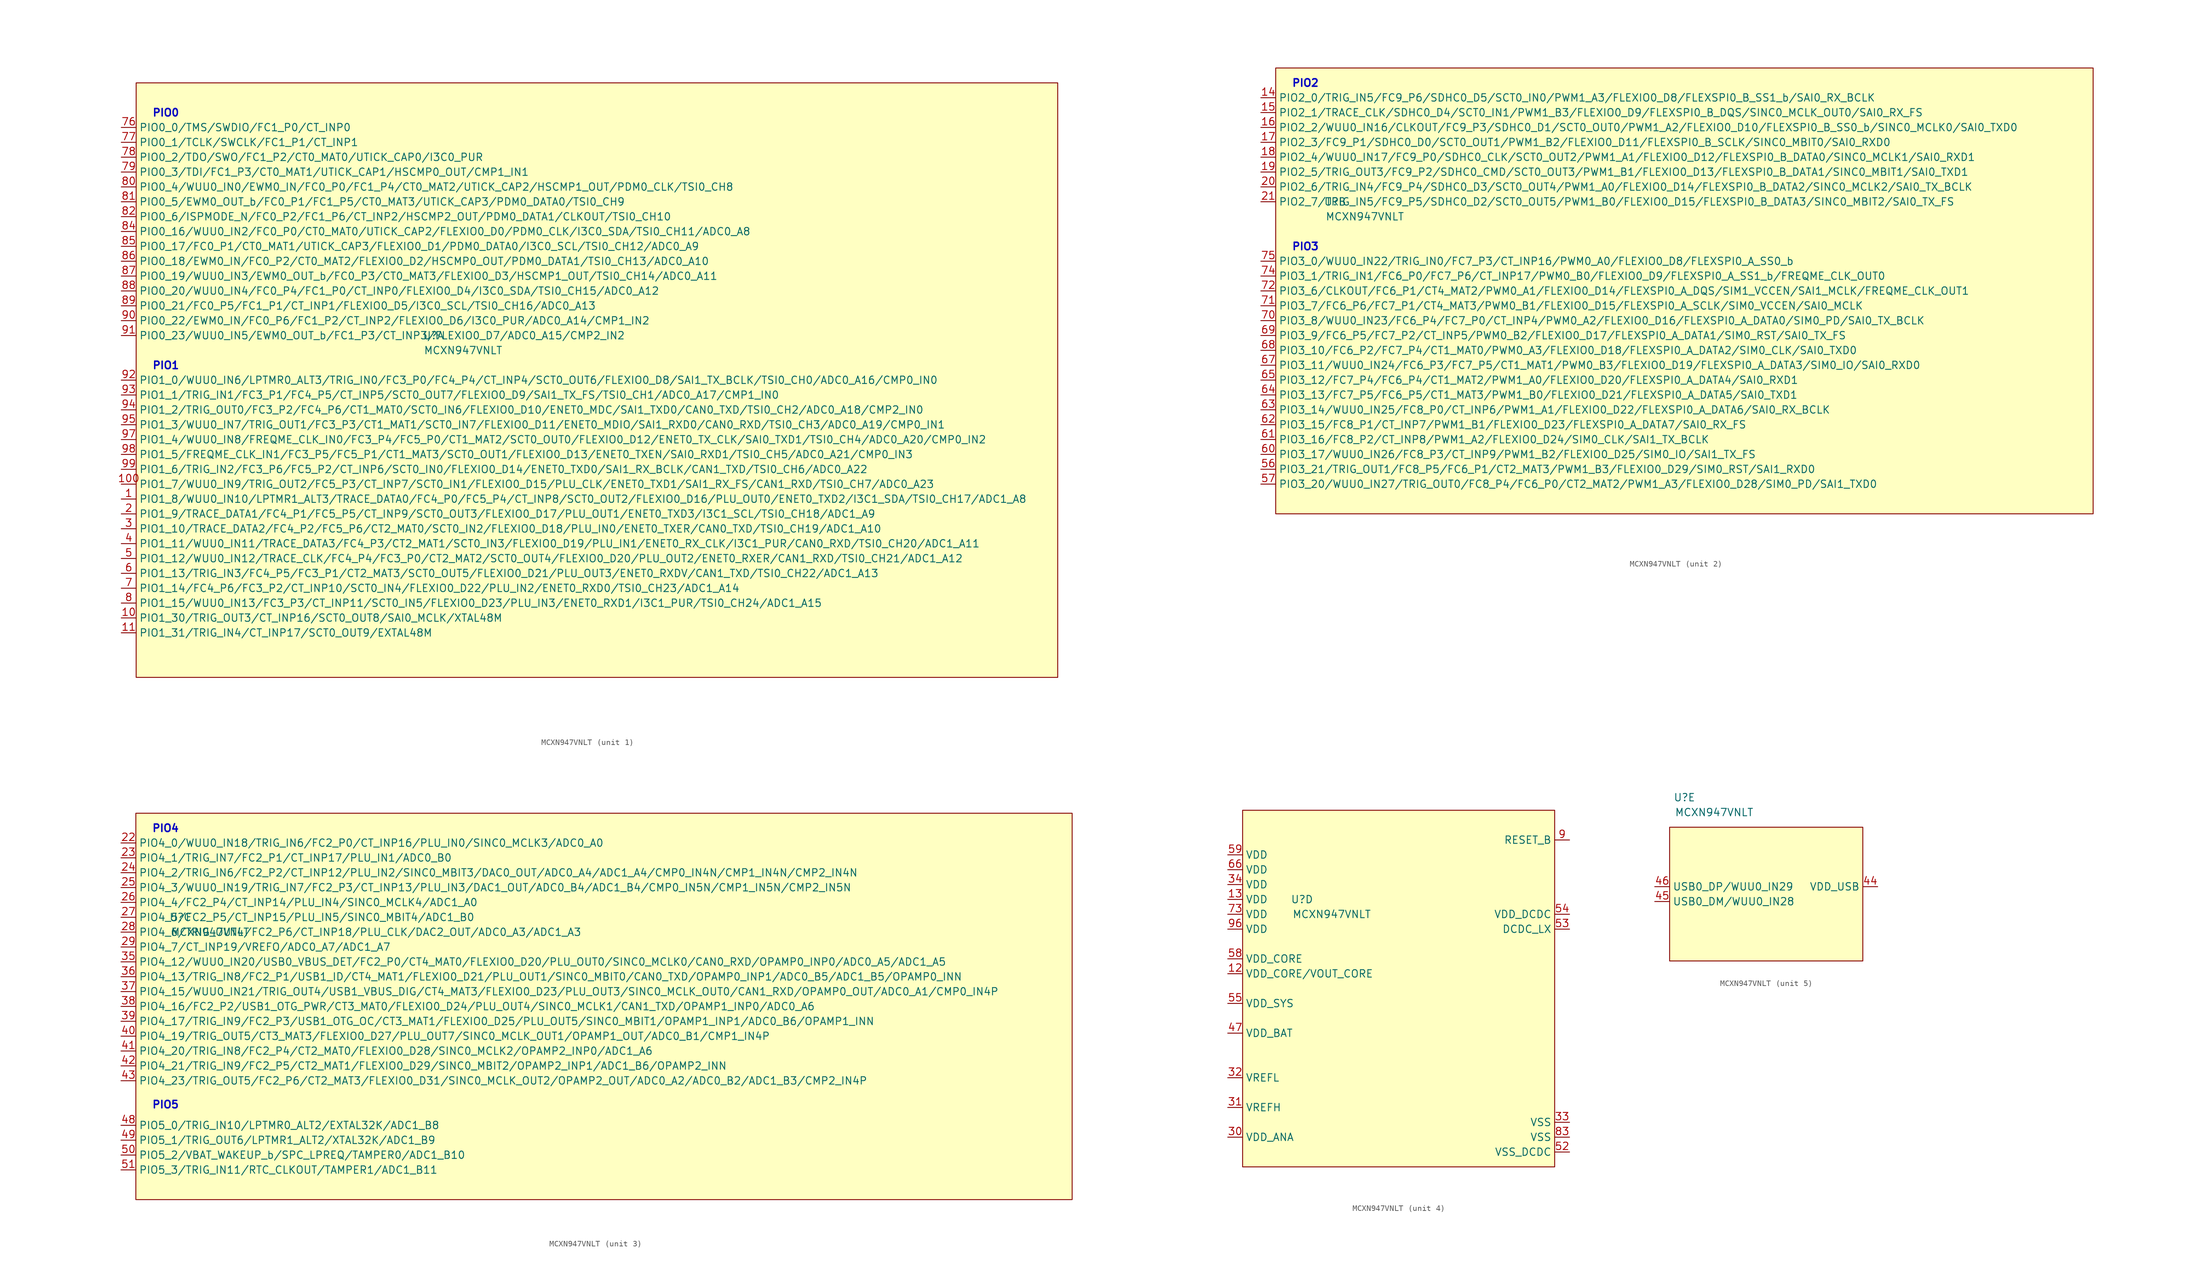
<source format=kicad_sym>
(kicad_symbol_lib
  (version 20231120)
  (generator "kicad_symbol_editor")
  (generator_version "8.0")
  (symbol "MCXN947VNLT"
    (property "Reference" "U"
      (at -12.7 15.24 0)
      (effects (font (size 1.27 1.27))))
    (property "Value" "MCXN947VNLT"
      (at -7.62 12.7 0)
      (effects (font (size 1.27 1.27))))
    (property "ki_locked" ""
      (at 0 0 0)
      (effects (font (size 1.27 1.27))))
    (symbol "MCXN947VNLT_1_1"
      (rectangle (start -63.5 58.42) (end 93.98 -43.18) (stroke (width 0) (type default)) (fill (type background)))
      (text "PIO0" (at -58.42 53.34 0) (effects (font (size 1.27 1.27) (bold yes) (color 0 0 194 1))))
      (text "PIO1\n" (at -58.42 10.16 0) (effects (font (size 1.27 1.27) (bold yes) (color 0 0 194 1))))
      (pin bidirectional line (at -66.04 -12.7 0) (length 2.54) (name "PIO1_8/WUU0_IN10/LPTMR1_ALT3/TRACE_DATA0/FC4_P0/FC5_P4/CT_INP8/SCT0_OUT2/FLEXIO0_D16/PLU_OUT0/ENET0_TXD2/I3C1_SDA/TSI0_CH17/ADC1_A8" (effects (font (size 1.27 1.27)))) (number "1" (effects (font (size 1.27 1.27)))))
      (pin bidirectional line (at -66.04 -33.02 0) (length 2.54) (name "PIO1_30/TRIG_OUT3/CT_INP16/SCT0_OUT8/SAI0_MCLK/XTAL48M" (effects (font (size 1.27 1.27)))) (number "10" (effects (font (size 1.27 1.27)))))
      (pin bidirectional line (at -66.04 -10.16 0) (length 2.54) (name "PIO1_7/WUU0_IN9/TRIG_OUT2/FC5_P3/CT_INP7/SCT0_IN1/FLEXIO0_D15/PLU_CLK/ENET0_TXD1/SAI1_RX_FS/CAN1_RXD/TSI0_CH7/ADC0_A23" (effects (font (size 1.27 1.27)))) (number "100" (effects (font (size 1.27 1.27)))))
      (pin bidirectional line (at -66.04 -35.56 0) (length 2.54) (name "PIO1_31/TRIG_IN4/CT_INP17/SCT0_OUT9/EXTAL48M" (effects (font (size 1.27 1.27)))) (number "11" (effects (font (size 1.27 1.27)))))
      (pin bidirectional line (at -66.04 -15.24 0) (length 2.54) (name "PIO1_9/TRACE_DATA1/FC4_P1/FC5_P5/CT_INP9/SCT0_OUT3/FLEXIO0_D17/PLU_OUT1/ENET0_TXD3/I3C1_SCL/TSI0_CH18/ADC1_A9" (effects (font (size 1.27 1.27)))) (number "2" (effects (font (size 1.27 1.27)))))
      (pin bidirectional line (at -66.04 -17.78 0) (length 2.54) (name "PIO1_10/TRACE_DATA2/FC4_P2/FC5_P6/CT2_MAT0/SCT0_IN2/FLEXIO0_D18/PLU_IN0/ENET0_TXER/CAN0_TXD/TSI0_CH19/ADC1_A10" (effects (font (size 1.27 1.27)))) (number "3" (effects (font (size 1.27 1.27)))))
      (pin bidirectional line (at -66.04 -20.32 0) (length 2.54) (name "PIO1_11/WUU0_IN11/TRACE_DATA3/FC4_P3/CT2_MAT1/SCT0_IN3/FLEXIO0_D19/PLU_IN1/ENET0_RX_CLK/I3C1_PUR/CAN0_RXD/TSI0_CH20/ADC1_A11" (effects (font (size 1.27 1.27)))) (number "4" (effects (font (size 1.27 1.27)))))
      (pin bidirectional line (at -66.04 -22.86 0) (length 2.54) (name "PIO1_12/WUU0_IN12/TRACE_CLK/FC4_P4/FC3_P0/CT2_MAT2/SCT0_OUT4/FLEXIO0_D20/PLU_OUT2/ENET0_RXER/CAN1_RXD/TSI0_CH21/ADC1_A12" (effects (font (size 1.27 1.27)))) (number "5" (effects (font (size 1.27 1.27)))))
      (pin bidirectional line (at -66.04 -25.4 0) (length 2.54) (name "PIO1_13/TRIG_IN3/FC4_P5/FC3_P1/CT2_MAT3/SCT0_OUT5/FLEXIO0_D21/PLU_OUT3/ENET0_RXDV/CAN1_TXD/TSI0_CH22/ADC1_A13" (effects (font (size 1.27 1.27)))) (number "6" (effects (font (size 1.27 1.27)))))
      (pin bidirectional line (at -66.04 -27.94 0) (length 2.54) (name "PIO1_14/FC4_P6/FC3_P2/CT_INP10/SCT0_IN4/FLEXIO0_D22/PLU_IN2/ENET0_RXD0/TSI0_CH23/ADC1_A14" (effects (font (size 1.27 1.27)))) (number "7" (effects (font (size 1.27 1.27)))))
      (pin bidirectional line (at -66.04 50.8 0) (length 2.54) (name "PIO0_0/TMS/SWDIO/FC1_P0/CT_INP0" (effects (font (size 1.27 1.27)))) (number "76" (effects (font (size 1.27 1.27)))))
      (pin bidirectional line (at -66.04 48.26 0) (length 2.54) (name "PIO0_1/TCLK/SWCLK/FC1_P1/CT_INP1" (effects (font (size 1.27 1.27)))) (number "77" (effects (font (size 1.27 1.27)))))
      (pin bidirectional line (at -66.04 45.72 0) (length 2.54) (name "PIO0_2/TDO/SWO/FC1_P2/CT0_MAT0/UTICK_CAP0/I3C0_PUR" (effects (font (size 1.27 1.27)))) (number "78" (effects (font (size 1.27 1.27)))))
      (pin bidirectional line (at -66.04 43.18 0) (length 2.54) (name "PIO0_3/TDI/FC1_P3/CT0_MAT1/UTICK_CAP1/HSCMP0_OUT/CMP1_IN1" (effects (font (size 1.27 1.27)))) (number "79" (effects (font (size 1.27 1.27)))))
      (pin bidirectional line (at -66.04 -30.48 0) (length 2.54) (name "PIO1_15/WUU0_IN13/FC3_P3/CT_INP11/SCT0_IN5/FLEXIO0_D23/PLU_IN3/ENET0_RXD1/I3C1_PUR/TSI0_CH24/ADC1_A15" (effects (font (size 1.27 1.27)))) (number "8" (effects (font (size 1.27 1.27)))))
      (pin bidirectional line (at -66.04 40.64 0) (length 2.54) (name "PIO0_4/WUU0_IN0/EWM0_IN/FC0_P0/FC1_P4/CT0_MAT2/UTICK_CAP2/HSCMP1_OUT/PDM0_CLK/TSI0_CH8" (effects (font (size 1.27 1.27)))) (number "80" (effects (font (size 1.27 1.27)))))
      (pin bidirectional line (at -66.04 38.1 0) (length 2.54) (name "PIO0_5/EWM0_OUT_b/FC0_P1/FC1_P5/CT0_MAT3/UTICK_CAP3/PDM0_DATA0/TSI0_CH9" (effects (font (size 1.27 1.27)))) (number "81" (effects (font (size 1.27 1.27)))))
      (pin bidirectional line (at -66.04 35.56 0) (length 2.54) (name "PIO0_6/ISPMODE_N/FC0_P2/FC1_P6/CT_INP2/HSCMP2_OUT/PDM0_DATA1/CLKOUT/TSI0_CH10" (effects (font (size 1.27 1.27)))) (number "82" (effects (font (size 1.27 1.27)))))
      (pin bidirectional line (at -66.04 33.02 0) (length 2.54) (name "PIO0_16/WUU0_IN2/FC0_P0/CT0_MAT0/UTICK_CAP2/FLEXIO0_D0/PDM0_CLK/I3C0_SDA/TSI0_CH11/ADC0_A8" (effects (font (size 1.27 1.27)))) (number "84" (effects (font (size 1.27 1.27)))))
      (pin bidirectional line (at -66.04 30.48 0) (length 2.54) (name "PIO0_17/FC0_P1/CT0_MAT1/UTICK_CAP3/FLEXIO0_D1/PDM0_DATA0/I3C0_SCL/TSI0_CH12/ADC0_A9" (effects (font (size 1.27 1.27)))) (number "85" (effects (font (size 1.27 1.27)))))
      (pin bidirectional line (at -66.04 27.94 0) (length 2.54) (name "PIO0_18/EWM0_IN/FC0_P2/CT0_MAT2/FLEXIO0_D2/HSCMP0_OUT/PDM0_DATA1/TSI0_CH13/ADC0_A10" (effects (font (size 1.27 1.27)))) (number "86" (effects (font (size 1.27 1.27)))))
      (pin bidirectional line (at -66.04 25.4 0) (length 2.54) (name "PIO0_19/WUU0_IN3/EWM0_OUT_b/FC0_P3/CT0_MAT3/FLEXIO0_D3/HSCMP1_OUT/TSI0_CH14/ADC0_A11" (effects (font (size 1.27 1.27)))) (number "87" (effects (font (size 1.27 1.27)))))
      (pin bidirectional line (at -66.04 22.86 0) (length 2.54) (name "PIO0_20/WUU0_IN4/FC0_P4/FC1_P0/CT_INP0/FLEXIO0_D4/I3C0_SDA/TSI0_CH15/ADC0_A12" (effects (font (size 1.27 1.27)))) (number "88" (effects (font (size 1.27 1.27)))))
      (pin bidirectional line (at -66.04 20.32 0) (length 2.54) (name "PIO0_21/FC0_P5/FC1_P1/CT_INP1/FLEXIO0_D5/I3C0_SCL/TSI0_CH16/ADC0_A13" (effects (font (size 1.27 1.27)))) (number "89" (effects (font (size 1.27 1.27)))))
      (pin bidirectional line (at -66.04 17.78 0) (length 2.54) (name "PIO0_22/EWM0_IN/FC0_P6/FC1_P2/CT_INP2/FLEXIO0_D6/I3C0_PUR/ADC0_A14/CMP1_IN2" (effects (font (size 1.27 1.27)))) (number "90" (effects (font (size 1.27 1.27)))))
      (pin bidirectional line (at -66.04 15.24 0) (length 2.54) (name "PIO0_23/WUU0_IN5/EWM0_OUT_b/FC1_P3/CT_INP3/FLEXIO0_D7/ADC0_A15/CMP2_IN2" (effects (font (size 1.27 1.27)))) (number "91" (effects (font (size 1.27 1.27)))))
      (pin bidirectional line (at -66.04 7.62 0) (length 2.54) (name "PIO1_0/WUU0_IN6/LPTMR0_ALT3/TRIG_IN0/FC3_P0/FC4_P4/CT_INP4/SCT0_OUT6/FLEXIO0_D8/SAI1_TX_BCLK/TSI0_CH0/ADC0_A16/CMP0_IN0" (effects (font (size 1.27 1.27)))) (number "92" (effects (font (size 1.27 1.27)))))
      (pin bidirectional line (at -66.04 5.08 0) (length 2.54) (name "PIO1_1/TRIG_IN1/FC3_P1/FC4_P5/CT_INP5/SCT0_OUT7/FLEXIO0_D9/SAI1_TX_FS/TSI0_CH1/ADC0_A17/CMP1_IN0" (effects (font (size 1.27 1.27)))) (number "93" (effects (font (size 1.27 1.27)))))
      (pin bidirectional line (at -66.04 2.54 0) (length 2.54) (name "PIO1_2/TRIG_OUT0/FC3_P2/FC4_P6/CT1_MAT0/SCT0_IN6/FLEXIO0_D10/ENET0_MDC/SAI1_TXD0/CAN0_TXD/TSI0_CH2/ADC0_A18/CMP2_IN0" (effects (font (size 1.27 1.27)))) (number "94" (effects (font (size 1.27 1.27)))))
      (pin bidirectional line (at -66.04 0 0) (length 2.54) (name "PIO1_3/WUU0_IN7/TRIG_OUT1/FC3_P3/CT1_MAT1/SCT0_IN7/FLEXIO0_D11/ENET0_MDIO/SAI1_RXD0/CAN0_RXD/TSI0_CH3/ADC0_A19/CMP0_IN1" (effects (font (size 1.27 1.27)))) (number "95" (effects (font (size 1.27 1.27)))))
      (pin bidirectional line (at -66.04 -2.54 0) (length 2.54) (name "PIO1_4/WUU0_IN8/FREQME_CLK_IN0/FC3_P4/FC5_P0/CT1_MAT2/SCT0_OUT0/FLEXIO0_D12/ENET0_TX_CLK/SAI0_TXD1/TSI0_CH4/ADC0_A20/CMP0_IN2" (effects (font (size 1.27 1.27)))) (number "97" (effects (font (size 1.27 1.27)))))
      (pin bidirectional line (at -66.04 -5.08 0) (length 2.54) (name "PIO1_5/FREQME_CLK_IN1/FC3_P5/FC5_P1/CT1_MAT3/SCT0_OUT1/FLEXIO0_D13/ENET0_TXEN/SAI0_RXD1/TSI0_CH5/ADC0_A21/CMP0_IN3" (effects (font (size 1.27 1.27)))) (number "98" (effects (font (size 1.27 1.27)))))
      (pin bidirectional line (at -66.04 -7.62 0) (length 2.54) (name "PIO1_6/TRIG_IN2/FC3_P6/FC5_P2/CT_INP6/SCT0_IN0/FLEXIO0_D14/ENET0_TXD0/SAI1_RX_BCLK/CAN1_TXD/TSI0_CH6/ADC0_A22" (effects (font (size 1.27 1.27)))) (number "99" (effects (font (size 1.27 1.27))))))
    (symbol "MCXN947VNLT_2_1"
      (rectangle (start -22.86 38.1) (end 116.84 -38.1) (stroke (width 0) (type default)) (fill (type background)))
      (text "PIO2" (at -17.78 35.56 0) (effects (font (size 1.27 1.27) (bold yes) (color 0 0 194 1))))
      (text "PIO3" (at -17.78 7.62 0) (effects (font (size 1.27 1.27) (bold yes) (color 0 0 194 1))))
      (pin bidirectional line (at -25.4 33.02 0) (length 2.54) (name "PIO2_0/TRIG_IN5/FC9_P6/SDHC0_D5/SCT0_IN0/PWM1_A3/FLEXIO0_D8/FLEXSPI0_B_SS1_b/SAI0_RX_BCLK" (effects (font (size 1.27 1.27)))) (number "14" (effects (font (size 1.27 1.27)))))
      (pin bidirectional line (at -25.4 30.48 0) (length 2.54) (name "PIO2_1/TRACE_CLK/SDHC0_D4/SCT0_IN1/PWM1_B3/FLEXIO0_D9/FLEXSPI0_B_DQS/SINC0_MCLK_OUT0/SAI0_RX_FS" (effects (font (size 1.27 1.27)))) (number "15" (effects (font (size 1.27 1.27)))))
      (pin bidirectional line (at -25.4 27.94 0) (length 2.54) (name "PIO2_2/WUU0_IN16/CLKOUT/FC9_P3/SDHC0_D1/SCT0_OUT0/PWM1_A2/FLEXIO0_D10/FLEXSPI0_B_SS0_b/SINC0_MCLK0/SAI0_TXD0" (effects (font (size 1.27 1.27)))) (number "16" (effects (font (size 1.27 1.27)))))
      (pin bidirectional line (at -25.4 25.4 0) (length 2.54) (name "PIO2_3/FC9_P1/SDHC0_D0/SCT0_OUT1/PWM1_B2/FLEXIO0_D11/FLEXSPI0_B_SCLK/SINC0_MBIT0/SAI0_RXD0" (effects (font (size 1.27 1.27)))) (number "17" (effects (font (size 1.27 1.27)))))
      (pin bidirectional line (at -25.4 22.86 0) (length 2.54) (name "PIO2_4/WUU0_IN17/FC9_P0/SDHC0_CLK/SCT0_OUT2/PWM1_A1/FLEXIO0_D12/FLEXSPI0_B_DATA0/SINC0_MCLK1/SAI0_RXD1" (effects (font (size 1.27 1.27)))) (number "18" (effects (font (size 1.27 1.27)))))
      (pin bidirectional line (at -25.4 20.32 0) (length 2.54) (name "PIO2_5/TRIG_OUT3/FC9_P2/SDHC0_CMD/SCT0_OUT3/PWM1_B1/FLEXIO0_D13/FLEXSPI0_B_DATA1/SINC0_MBIT1/SAI0_TXD1" (effects (font (size 1.27 1.27)))) (number "19" (effects (font (size 1.27 1.27)))))
      (pin bidirectional line (at -25.4 17.78 0) (length 2.54) (name "PIO2_6/TRIG_IN4/FC9_P4/SDHC0_D3/SCT0_OUT4/PWM1_A0/FLEXIO0_D14/FLEXSPI0_B_DATA2/SINC0_MCLK2/SAI0_TX_BCLK" (effects (font (size 1.27 1.27)))) (number "20" (effects (font (size 1.27 1.27)))))
      (pin bidirectional line (at -25.4 15.24 0) (length 2.54) (name "PIO2_7/TRIG_IN5/FC9_P5/SDHC0_D2/SCT0_OUT5/PWM1_B0/FLEXIO0_D15/FLEXSPI0_B_DATA3/SINC0_MBIT2/SAI0_TX_FS" (effects (font (size 1.27 1.27)))) (number "21" (effects (font (size 1.27 1.27)))))
      (pin bidirectional line (at -25.4 -30.48 0) (length 2.54) (name "PIO3_21/TRIG_OUT1/FC8_P5/FC6_P1/CT2_MAT3/PWM1_B3/FLEXIO0_D29/SIM0_RST/SAI1_RXD0" (effects (font (size 1.27 1.27)))) (number "56" (effects (font (size 1.27 1.27)))))
      (pin bidirectional line (at -25.4 -33.02 0) (length 2.54) (name "PIO3_20/WUU0_IN27/TRIG_OUT0/FC8_P4/FC6_P0/CT2_MAT2/PWM1_A3/FLEXIO0_D28/SIM0_PD/SAI1_TXD0" (effects (font (size 1.27 1.27)))) (number "57" (effects (font (size 1.27 1.27)))))
      (pin bidirectional line (at -25.4 -27.94 0) (length 2.54) (name "PIO3_17/WUU0_IN26/FC8_P3/CT_INP9/PWM1_B2/FLEXIO0_D25/SIM0_IO/SAI1_TX_FS" (effects (font (size 1.27 1.27)))) (number "60" (effects (font (size 1.27 1.27)))))
      (pin bidirectional line (at -25.4 -25.4 0) (length 2.54) (name "PIO3_16/FC8_P2/CT_INP8/PWM1_A2/FLEXIO0_D24/SIM0_CLK/SAI1_TX_BCLK" (effects (font (size 1.27 1.27)))) (number "61" (effects (font (size 1.27 1.27)))))
      (pin bidirectional line (at -25.4 -22.86 0) (length 2.54) (name "PIO3_15/FC8_P1/CT_INP7/PWM1_B1/FLEXIO0_D23/FLEXSPI0_A_DATA7/SAI0_RX_FS" (effects (font (size 1.27 1.27)))) (number "62" (effects (font (size 1.27 1.27)))))
      (pin bidirectional line (at -25.4 -20.32 0) (length 2.54) (name "PIO3_14/WUU0_IN25/FC8_P0/CT_INP6/PWM1_A1/FLEXIO0_D22/FLEXSPI0_A_DATA6/SAI0_RX_BCLK" (effects (font (size 1.27 1.27)))) (number "63" (effects (font (size 1.27 1.27)))))
      (pin bidirectional line (at -25.4 -17.78 0) (length 2.54) (name "PIO3_13/FC7_P5/FC6_P5/CT1_MAT3/PWM1_B0/FLEXIO0_D21/FLEXSPI0_A_DATA5/SAI0_TXD1" (effects (font (size 1.27 1.27)))) (number "64" (effects (font (size 1.27 1.27)))))
      (pin bidirectional line (at -25.4 -15.24 0) (length 2.54) (name "PIO3_12/FC7_P4/FC6_P4/CT1_MAT2/PWM1_A0/FLEXIO0_D20/FLEXSPI0_A_DATA4/SAI0_RXD1" (effects (font (size 1.27 1.27)))) (number "65" (effects (font (size 1.27 1.27)))))
      (pin bidirectional line (at -25.4 -12.7 0) (length 2.54) (name "PIO3_11/WUU0_IN24/FC6_P3/FC7_P5/CT1_MAT1/PWM0_B3/FLEXIO0_D19/FLEXSPI0_A_DATA3/SIM0_IO/SAI0_RXD0" (effects (font (size 1.27 1.27)))) (number "67" (effects (font (size 1.27 1.27)))))
      (pin bidirectional line (at -25.4 -10.16 0) (length 2.54) (name "PIO3_10/FC6_P2/FC7_P4/CT1_MAT0/PWM0_A3/FLEXIO0_D18/FLEXSPI0_A_DATA2/SIM0_CLK/SAI0_TXD0" (effects (font (size 1.27 1.27)))) (number "68" (effects (font (size 1.27 1.27)))))
      (pin bidirectional line (at -25.4 -7.62 0) (length 2.54) (name "PIO3_9/FC6_P5/FC7_P2/CT_INP5/PWM0_B2/FLEXIO0_D17/FLEXSPI0_A_DATA1/SIM0_RST/SAI0_TX_FS" (effects (font (size 1.27 1.27)))) (number "69" (effects (font (size 1.27 1.27)))))
      (pin bidirectional line (at -25.4 -5.08 0) (length 2.54) (name "PIO3_8/WUU0_IN23/FC6_P4/FC7_P0/CT_INP4/PWM0_A2/FLEXIO0_D16/FLEXSPI0_A_DATA0/SIM0_PD/SAI0_TX_BCLK" (effects (font (size 1.27 1.27)))) (number "70" (effects (font (size 1.27 1.27)))))
      (pin bidirectional line (at -25.4 -2.54 0) (length 2.54) (name "PIO3_7/FC6_P6/FC7_P1/CT4_MAT3/PWM0_B1/FLEXIO0_D15/FLEXSPI0_A_SCLK/SIM0_VCCEN/SAI0_MCLK" (effects (font (size 1.27 1.27)))) (number "71" (effects (font (size 1.27 1.27)))))
      (pin bidirectional line (at -25.4 0 0) (length 2.54) (name "PIO3_6/CLKOUT/FC6_P1/CT4_MAT2/PWM0_A1/FLEXIO0_D14/FLEXSPI0_A_DQS/SIM1_VCCEN/SAI1_MCLK/FREQME_CLK_OUT1" (effects (font (size 1.27 1.27)))) (number "72" (effects (font (size 1.27 1.27)))))
      (pin bidirectional line (at -25.4 2.54 0) (length 2.54) (name "PIO3_1/TRIG_IN1/FC6_P0/FC7_P6/CT_INP17/PWM0_B0/FLEXIO0_D9/FLEXSPI0_A_SS1_b/FREQME_CLK_OUT0" (effects (font (size 1.27 1.27)))) (number "74" (effects (font (size 1.27 1.27)))))
      (pin bidirectional line (at -25.4 5.08 0) (length 2.54) (name "PIO3_0/WUU0_IN22/TRIG_IN0/FC7_P3/CT_INP16/PWM0_A0/FLEXIO0_D8/FLEXSPI0_A_SS0_b" (effects (font (size 1.27 1.27)))) (number "75" (effects (font (size 1.27 1.27))))))
    (symbol "MCXN947VNLT_3_1"
      (rectangle (start -20.32 33.02) (end 139.7 -33.02) (stroke (width 0) (type default)) (fill (type background)))
      (text "PIO4\n" (at -15.24 30.48 0) (effects (font (size 1.27 1.27) (bold yes) (color 0 0 194 1))))
      (text "PIO5\n\n" (at -15.24 -17.78 0) (effects (font (size 1.27 1.27) (bold yes) (color 0 0 194 1))))
      (pin bidirectional line (at -22.86 27.94 0) (length 2.54) (name "PIO4_0/WUU0_IN18/TRIG_IN6/FC2_P0/CT_INP16/PLU_IN0/SINC0_MCLK3/ADC0_A0" (effects (font (size 1.27 1.27)))) (number "22" (effects (font (size 1.27 1.27)))))
      (pin bidirectional line (at -22.86 25.4 0) (length 2.54) (name "PIO4_1/TRIG_IN7/FC2_P1/CT_INP17/PLU_IN1/ADC0_B0" (effects (font (size 1.27 1.27)))) (number "23" (effects (font (size 1.27 1.27)))))
      (pin bidirectional line (at -22.86 22.86 0) (length 2.54) (name "PIO4_2/TRIG_IN6/FC2_P2/CT_INP12/PLU_IN2/SINC0_MBIT3/DAC0_OUT/ADC0_A4/ADC1_A4/CMP0_IN4N/CMP1_IN4N/CMP2_IN4N" (effects (font (size 1.27 1.27)))) (number "24" (effects (font (size 1.27 1.27)))))
      (pin bidirectional line (at -22.86 20.32 0) (length 2.54) (name "PIO4_3/WUU0_IN19/TRIG_IN7/FC2_P3/CT_INP13/PLU_IN3/DAC1_OUT/ADC0_B4/ADC1_B4/CMP0_IN5N/CMP1_IN5N/CMP2_IN5N" (effects (font (size 1.27 1.27)))) (number "25" (effects (font (size 1.27 1.27)))))
      (pin bidirectional line (at -22.86 17.78 0) (length 2.54) (name "PIO4_4/FC2_P4/CT_INP14/PLU_IN4/SINC0_MCLK4/ADC1_A0" (effects (font (size 1.27 1.27)))) (number "26" (effects (font (size 1.27 1.27)))))
      (pin bidirectional line (at -22.86 15.24 0) (length 2.54) (name "PIO4_5/FC2_P5/CT_INP15/PLU_IN5/SINC0_MBIT4/ADC1_B0" (effects (font (size 1.27 1.27)))) (number "27" (effects (font (size 1.27 1.27)))))
      (pin bidirectional line (at -22.86 12.7 0) (length 2.54) (name "PIO4_6/TRIG_OUT4/FC2_P6/CT_INP18/PLU_CLK/DAC2_OUT/ADC0_A3/ADC1_A3" (effects (font (size 1.27 1.27)))) (number "28" (effects (font (size 1.27 1.27)))))
      (pin bidirectional line (at -22.86 10.16 0) (length 2.54) (name "PIO4_7/CT_INP19/VREFO/ADC0_A7/ADC1_A7" (effects (font (size 1.27 1.27)))) (number "29" (effects (font (size 1.27 1.27)))))
      (pin bidirectional line (at -22.86 7.62 0) (length 2.54) (name "PIO4_12/WUU0_IN20/USB0_VBUS_DET/FC2_P0/CT4_MAT0/FLEXIO0_D20/PLU_OUT0/SINC0_MCLK0/CAN0_RXD/OPAMP0_INP0/ADC0_A5/ADC1_A5" (effects (font (size 1.27 1.27)))) (number "35" (effects (font (size 1.27 1.27)))))
      (pin bidirectional line (at -22.86 5.08 0) (length 2.54) (name "PIO4_13/TRIG_IN8/FC2_P1/USB1_ID/CT4_MAT1/FLEXIO0_D21/PLU_OUT1/SINC0_MBIT0/CAN0_TXD/OPAMP0_INP1/ADC0_B5/ADC1_B5/OPAMP0_INN" (effects (font (size 1.27 1.27)))) (number "36" (effects (font (size 1.27 1.27)))))
      (pin bidirectional line (at -22.86 2.54 0) (length 2.54) (name "PIO4_15/WUU0_IN21/TRIG_OUT4/USB1_VBUS_DIG/CT4_MAT3/FLEXIO0_D23/PLU_OUT3/SINC0_MCLK_OUT0/CAN1_RXD/OPAMP0_OUT/ADC0_A1/CMP0_IN4P" (effects (font (size 1.27 1.27)))) (number "37" (effects (font (size 1.27 1.27)))))
      (pin bidirectional line (at -22.86 0 0) (length 2.54) (name "PIO4_16/FC2_P2/USB1_OTG_PWR/CT3_MAT0/FLEXIO0_D24/PLU_OUT4/SINC0_MCLK1/CAN1_TXD/OPAMP1_INP0/ADC0_A6" (effects (font (size 1.27 1.27)))) (number "38" (effects (font (size 1.27 1.27)))))
      (pin bidirectional line (at -22.86 -2.54 0) (length 2.54) (name "PIO4_17/TRIG_IN9/FC2_P3/USB1_OTG_OC/CT3_MAT1/FLEXIO0_D25/PLU_OUT5/SINC0_MBIT1/OPAMP1_INP1/ADC0_B6/OPAMP1_INN" (effects (font (size 1.27 1.27)))) (number "39" (effects (font (size 1.27 1.27)))))
      (pin bidirectional line (at -22.86 -5.08 0) (length 2.54) (name "PIO4_19/TRIG_OUT5/CT3_MAT3/FLEXIO0_D27/PLU_OUT7/SINC0_MCLK_OUT1/OPAMP1_OUT/ADC0_B1/CMP1_IN4P" (effects (font (size 1.27 1.27)))) (number "40" (effects (font (size 1.27 1.27)))))
      (pin bidirectional line (at -22.86 -7.62 0) (length 2.54) (name "PIO4_20/TRIG_IN8/FC2_P4/CT2_MAT0/FLEXIO0_D28/SINC0_MCLK2/OPAMP2_INP0/ADC1_A6" (effects (font (size 1.27 1.27)))) (number "41" (effects (font (size 1.27 1.27)))))
      (pin bidirectional line (at -22.86 -10.16 0) (length 2.54) (name "PIO4_21/TRIG_IN9/FC2_P5/CT2_MAT1/FLEXIO0_D29/SINC0_MBIT2/OPAMP2_INP1/ADC1_B6/OPAMP2_INN" (effects (font (size 1.27 1.27)))) (number "42" (effects (font (size 1.27 1.27)))))
      (pin bidirectional line (at -22.86 -12.7 0) (length 2.54) (name "PIO4_23/TRIG_OUT5/FC2_P6/CT2_MAT3/FLEXIO0_D31/SINC0_MCLK_OUT2/OPAMP2_OUT/ADC0_A2/ADC0_B2/ADC1_B3/CMP2_IN4P" (effects (font (size 1.27 1.27)))) (number "43" (effects (font (size 1.27 1.27)))))
      (pin bidirectional line (at -22.86 -20.32 0) (length 2.54) (name "PIO5_0/TRIG_IN10/LPTMR0_ALT2/EXTAL32K/ADC1_B8" (effects (font (size 1.27 1.27)))) (number "48" (effects (font (size 1.27 1.27)))))
      (pin bidirectional line (at -22.86 -22.86 0) (length 2.54) (name "PIO5_1/TRIG_OUT6/LPTMR1_ALT2/XTAL32K/ADC1_B9" (effects (font (size 1.27 1.27)))) (number "49" (effects (font (size 1.27 1.27)))))
      (pin bidirectional line (at -22.86 -25.4 0) (length 2.54) (name "PIO5_2/VBAT_WAKEUP_b/SPC_LPREQ/TAMPER0/ADC1_B10" (effects (font (size 1.27 1.27)))) (number "50" (effects (font (size 1.27 1.27)))))
      (pin bidirectional line (at -22.86 -27.94 0) (length 2.54) (name "PIO5_3/TRIG_IN11/RTC_CLKOUT/TAMPER1/ADC1_B11" (effects (font (size 1.27 1.27)))) (number "51" (effects (font (size 1.27 1.27))))))
    (symbol "MCXN947VNLT_4_1"
      (rectangle (start -22.86 30.48) (end 30.48 -30.48) (stroke (width 0) (type default)) (fill (type background)))
      (pin power_in line (at -25.4 2.54 0) (length 2.54) (name "VDD_CORE/VOUT_CORE" (effects (font (size 1.27 1.27)))) (number "12" (effects (font (size 1.27 1.27)))))
      (pin power_in line (at -25.4 15.24 0) (length 2.54) (name "VDD" (effects (font (size 1.27 1.27)))) (number "13" (effects (font (size 1.27 1.27)))))
      (pin power_in line (at -25.4 -25.4 0) (length 2.54) (name "VDD_ANA" (effects (font (size 1.27 1.27)))) (number "30" (effects (font (size 1.27 1.27)))))
      (pin power_in line (at -25.4 -20.32 0) (length 2.54) (name "VREFH" (effects (font (size 1.27 1.27)))) (number "31" (effects (font (size 1.27 1.27)))))
      (pin power_in line (at -25.4 -15.24 0) (length 2.54) (name "VREFL" (effects (font (size 1.27 1.27)))) (number "32" (effects (font (size 1.27 1.27)))))
      (pin passive line (at 33.02 -22.86 180) (length 2.54) (name "VSS" (effects (font (size 1.27 1.27)))) (number "33" (effects (font (size 1.27 1.27)))))
      (pin passive line (at -25.4 17.78 0) (length 2.54) (name "VDD" (effects (font (size 1.27 1.27)))) (number "34" (effects (font (size 1.27 1.27)))))
      (pin power_in line (at -25.4 -7.62 0) (length 2.54) (name "VDD_BAT" (effects (font (size 1.27 1.27)))) (number "47" (effects (font (size 1.27 1.27)))))
      (pin passive line (at 33.02 -27.94 180) (length 2.54) (name "VSS_DCDC" (effects (font (size 1.27 1.27)))) (number "52" (effects (font (size 1.27 1.27)))))
      (pin power_in line (at 33.02 10.16 180) (length 2.54) (name "DCDC_LX" (effects (font (size 1.27 1.27)))) (number "53" (effects (font (size 1.27 1.27)))))
      (pin power_in line (at 33.02 12.7 180) (length 2.54) (name "VDD_DCDC" (effects (font (size 1.27 1.27)))) (number "54" (effects (font (size 1.27 1.27)))))
      (pin power_in line (at -25.4 -2.54 0) (length 2.54) (name "VDD_SYS" (effects (font (size 1.27 1.27)))) (number "55" (effects (font (size 1.27 1.27)))))
      (pin power_in line (at -25.4 5.08 0) (length 2.54) (name "VDD_CORE" (effects (font (size 1.27 1.27)))) (number "58" (effects (font (size 1.27 1.27)))))
      (pin power_in line (at -25.4 22.86 0) (length 2.54) (name "VDD" (effects (font (size 1.27 1.27)))) (number "59" (effects (font (size 1.27 1.27)))))
      (pin power_in line (at -25.4 20.32 0) (length 2.54) (name "VDD" (effects (font (size 1.27 1.27)))) (number "66" (effects (font (size 1.27 1.27)))))
      (pin power_in line (at -25.4 12.7 0) (length 2.54) (name "VDD" (effects (font (size 1.27 1.27)))) (number "73" (effects (font (size 1.27 1.27)))))
      (pin passive line (at 33.02 -25.4 180) (length 2.54) (name "VSS" (effects (font (size 1.27 1.27)))) (number "83" (effects (font (size 1.27 1.27)))))
      (pin input line (at 33.02 25.4 180) (length 2.54) (name "RESET_B" (effects (font (size 1.27 1.27)))) (number "9" (effects (font (size 1.27 1.27)))))
      (pin power_in line (at -25.4 10.16 0) (length 2.54) (name "VDD" (effects (font (size 1.27 1.27)))) (number "96" (effects (font (size 1.27 1.27))))))
    (symbol "MCXN947VNLT_5_1"
      (rectangle (start -15.24 10.16) (end 17.78 -12.7) (stroke (width 0) (type default)) (fill (type background)))
      (pin power_in line (at 20.32 0 180) (length 2.54) (name "VDD_USB" (effects (font (size 1.27 1.27)))) (number "44" (effects (font (size 1.27 1.27)))))
      (pin bidirectional line (at -17.78 -2.54 0) (length 2.54) (name "USB0_DM/WUU0_IN28" (effects (font (size 1.27 1.27)))) (number "45" (effects (font (size 1.27 1.27)))))
      (pin bidirectional line (at -17.78 0 0) (length 2.54) (name "USB0_DP/WUU0_IN29" (effects (font (size 1.27 1.27)))) (number "46" (effects (font (size 1.27 1.27))))))))
</source>
